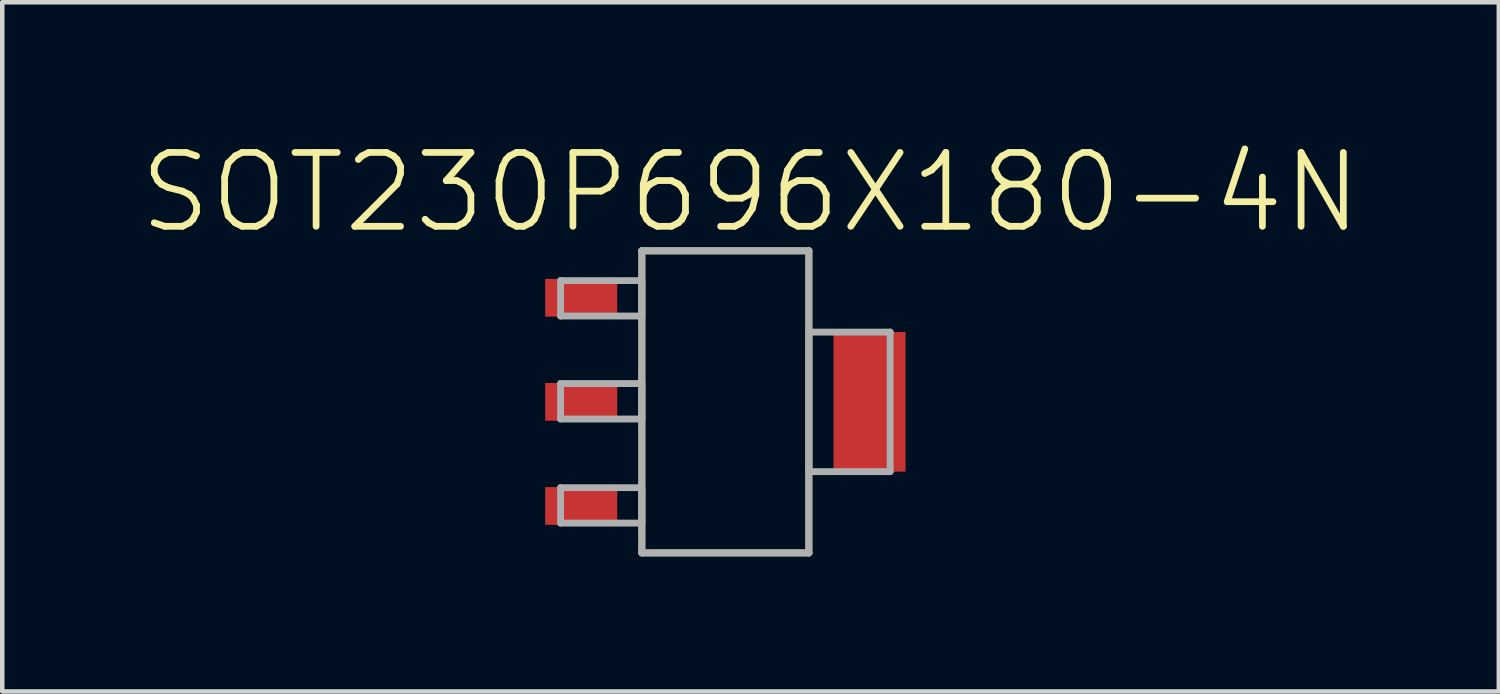
<source format=kicad_pcb>
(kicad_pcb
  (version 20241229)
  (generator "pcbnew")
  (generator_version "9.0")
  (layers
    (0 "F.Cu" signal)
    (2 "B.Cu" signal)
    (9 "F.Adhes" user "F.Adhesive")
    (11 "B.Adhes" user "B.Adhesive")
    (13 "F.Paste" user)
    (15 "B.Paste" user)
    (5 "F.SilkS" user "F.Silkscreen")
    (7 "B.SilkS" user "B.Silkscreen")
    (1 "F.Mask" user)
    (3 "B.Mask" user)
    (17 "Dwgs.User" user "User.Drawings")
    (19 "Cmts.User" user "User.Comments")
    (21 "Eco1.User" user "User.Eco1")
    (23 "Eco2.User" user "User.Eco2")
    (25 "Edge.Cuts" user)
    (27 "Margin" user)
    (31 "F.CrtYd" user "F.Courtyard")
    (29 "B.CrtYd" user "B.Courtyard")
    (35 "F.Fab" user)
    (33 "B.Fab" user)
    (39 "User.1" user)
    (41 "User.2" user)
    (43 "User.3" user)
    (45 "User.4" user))
  (footprint "SOT230P696X180-4N"
    (layer "F.Cu")
    (at 13.053 5.871)
    (property "Reference" "SOT230P696X180-4N" (at 0.559 -4.648 0) (layer "F.SilkS") (effects (font (size 1.64 1.64) (thickness 0.15))))
    (attr through_hole)
    (fp_line (start -1.854 -3.353) (end -1.854 3.353) (stroke (width 0.152) (type solid)) (layer "F.SilkS"))
    (fp_line (start -1.854 3.353) (end 1.854 3.353) (stroke (width 0.152) (type solid)) (layer "F.SilkS"))
    (fp_line (start 1.854 -3.353) (end -1.854 -3.353) (stroke (width 0.152) (type solid)) (layer "F.SilkS"))
    (fp_line (start 1.854 3.353) (end 1.854 -3.353) (stroke (width 0.152) (type solid)) (layer "F.SilkS"))
    (fp_line (start -3.658 -2.692) (end -3.658 -1.905) (stroke (width 0.152) (type solid)) (layer "F.Fab"))
    (fp_line (start -3.658 -1.905) (end -1.854 -1.905) (stroke (width 0.152) (type solid)) (layer "F.Fab"))
    (fp_line (start -3.658 -0.406) (end -3.658 0.381) (stroke (width 0.152) (type solid)) (layer "F.Fab"))
    (fp_line (start -3.658 0.381) (end -1.854 0.381) (stroke (width 0.152) (type solid)) (layer "F.Fab"))
    (fp_line (start -3.658 1.905) (end -3.658 2.692) (stroke (width 0.152) (type solid)) (layer "F.Fab"))
    (fp_line (start -3.658 2.692) (end -1.854 2.692) (stroke (width 0.152) (type solid)) (layer "F.Fab"))
    (fp_line (start -1.854 -3.353) (end -1.854 3.353) (stroke (width 0.152) (type solid)) (layer "F.Fab"))
    (fp_line (start -1.854 -2.692) (end -3.658 -2.692) (stroke (width 0.152) (type solid)) (layer "F.Fab"))
    (fp_line (start -1.854 -1.905) (end -1.854 -2.692) (stroke (width 0.152) (type solid)) (layer "F.Fab"))
    (fp_line (start -1.854 -0.406) (end -3.658 -0.406) (stroke (width 0.152) (type solid)) (layer "F.Fab"))
    (fp_line (start -1.854 0.381) (end -1.854 -0.406) (stroke (width 0.152) (type solid)) (layer "F.Fab"))
    (fp_line (start -1.854 1.905) (end -3.658 1.905) (stroke (width 0.152) (type solid)) (layer "F.Fab"))
    (fp_line (start -1.854 2.692) (end -1.854 1.905) (stroke (width 0.152) (type solid)) (layer "F.Fab"))
    (fp_line (start -1.854 3.353) (end 1.854 3.353) (stroke (width 0.152) (type solid)) (layer "F.Fab"))
    (fp_line (start 1.854 -3.353) (end -1.854 -3.353) (stroke (width 0.152) (type solid)) (layer "F.Fab"))
    (fp_line (start 1.854 -1.549) (end 1.854 1.549) (stroke (width 0.152) (type solid)) (layer "F.Fab"))
    (fp_line (start 1.854 1.549) (end 3.658 1.549) (stroke (width 0.152) (type solid)) (layer "F.Fab"))
    (fp_line (start 1.854 3.353) (end 1.854 -3.353) (stroke (width 0.152) (type solid)) (layer "F.Fab"))
    (fp_line (start 3.658 -1.549) (end 1.854 -1.549) (stroke (width 0.152) (type solid)) (layer "F.Fab"))
    (fp_line (start 3.658 1.549) (end 3.658 -1.549) (stroke (width 0.152) (type solid)) (layer "F.Fab"))
    (pad "1" smd rect (at -3.2 -2.311) (size 1.6 0.838) (layers "F.Cu" "F.Mask" "F.Paste"))
    (pad "2" smd rect (at -3.2 0) (size 1.6 0.838) (layers "F.Cu" "F.Mask" "F.Paste"))
    (pad "3" smd rect (at -3.2 2.311) (size 1.6 0.838) (layers "F.Cu" "F.Mask" "F.Paste"))
    (pad "4" smd rect (at 3.2 0) (size 1.6 3.099) (layers "F.Cu" "F.Mask" "F.Paste")))
  (gr_rect
    (start -3 -3)
    (end 30.223 12.3)
    (stroke (width 0.1) (type default))
    (fill no)
    (layer "Edge.Cuts")))
</source>
